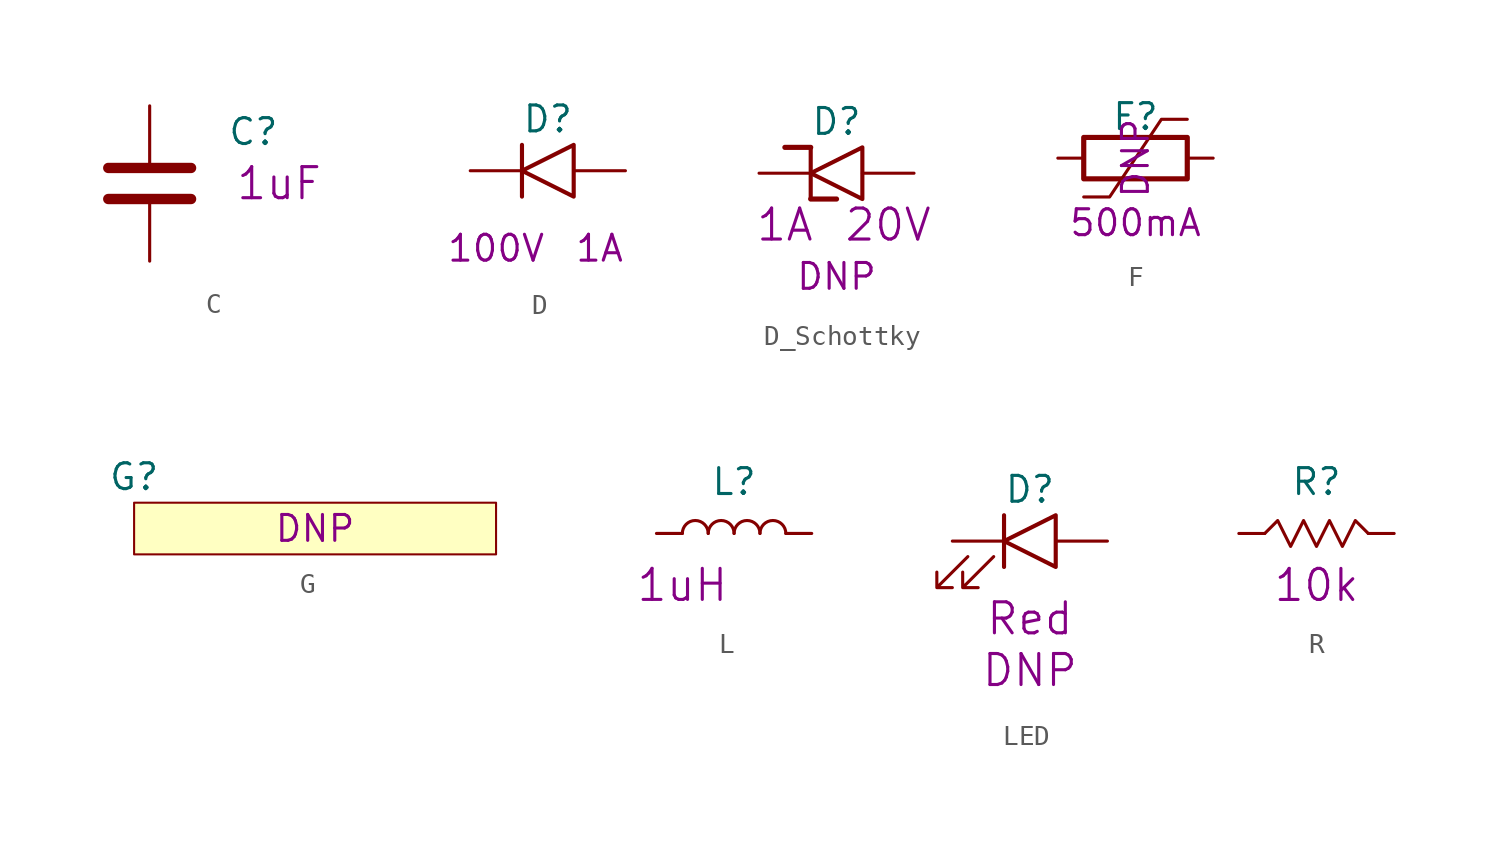
<source format=kicad_sym>
(kicad_symbol_lib
  (version 20211014)
  (generator kicad_symbol_editor)
  (symbol "C"
    (pin_numbers hide)
    (property "Reference" "C"
      (at 3.81 2.54 0)
      (effects (font (size 1.27 1.27)) (justify left)))
    (property "Datasheet" ""
      (at 3.81 2.54 0)
      (effects (font (size 1.27 1.27))))
    (property "Capacitance" "1uF"
      (at 6.35 0 0)
      (effects (font (size 1.524 1.524))))
    (symbol "C_0_1"
      (polyline (pts (xy -2.032 -0.762) (xy 2.032 -0.762)) (stroke (width 0.508) (type default) (color 0 0 0 0)) (fill (type none)))
      (polyline (pts (xy -2.032 0.762) (xy 2.032 0.762)) (stroke (width 0.508) (type default) (color 0 0 0 0)) (fill (type none))))
    (symbol "C_1_1"
      (pin passive line (at 0 3.81 270) (length 2.794) (name "~" (effects (font (size 1.27 1.27)))) (number "1" (effects (font (size 1.27 1.27)))))
      (pin passive line (at 0 -3.81 90) (length 2.794) (name "~" (effects (font (size 1.27 1.27)))) (number "2" (effects (font (size 1.27 1.27)))))))
  (symbol "D"
    (pin_numbers hide)
    (pin_names hide)
    (property "Reference" "D"
      (at 0 2.54 0)
      (effects (font (size 1.27 1.27))))
    (property "Voltage Rating" "100V"
      (at -2.54 -3.81 0)
      (effects (font (size 1.27 1.27))))
    (property "Current Rating" "1A"
      (at 2.54 -3.81 0)
      (effects (font (size 1.27 1.27))))
    (symbol "D_0_1"
      (polyline (pts (xy -1.27 1.27) (xy -1.27 -1.27)) (stroke (width 0.203) (type default) (color 0 0 0 0)) (fill (type none)))
      (polyline (pts (xy 1.27 1.27) (xy 1.27 -1.27) (xy -1.27 0) (xy 1.27 1.27)) (stroke (width 0.203) (type default) (color 0 0 0 0)) (fill (type none))))
    (symbol "D_1_1"
      (pin passive line (at 3.81 0 180) (length 2.54) (name "A" (effects (font (size 1.27 1.27)))) (number "A" (effects (font (size 1.27 1.27)))))
      (pin passive line (at -3.81 0 0) (length 2.54) (name "K" (effects (font (size 1.27 1.27)))) (number "K" (effects (font (size 1.27 1.27)))))))
  (symbol "D_Schottky"
    (pin_numbers hide)
    (pin_names hide)
    (property "Reference" "D"
      (at 0 2.54 0)
      (effects (font (size 1.27 1.27))))
    (property "Vr" "20V"
      (at 2.54 -2.54 0)
      (effects (font (size 1.524 1.524))))
    (property "Iavg" "1A"
      (at -2.54 -2.54 0)
      (effects (font (size 1.524 1.524))))
    (property "MPN" "DNP"
      (at 0 -5.08 0)
      (effects (font (size 1.27 1.27))))
    (symbol "D_Schottky_0_1"
      (polyline (pts (xy -1.27 -1.27) (xy 0 -1.27)) (stroke (width 0.254) (type default) (color 0 0 0 0)) (fill (type none)))
      (polyline (pts (xy -1.27 1.27) (xy -2.54 1.27)) (stroke (width 0.254) (type default) (color 0 0 0 0)) (fill (type none)))
      (polyline (pts (xy -1.27 1.27) (xy -1.27 -1.27)) (stroke (width 0.203) (type default) (color 0 0 0 0)) (fill (type none)))
      (polyline (pts (xy 1.27 1.27) (xy 1.27 -1.27) (xy -1.27 0) (xy 1.27 1.27)) (stroke (width 0.203) (type default) (color 0 0 0 0)) (fill (type none))))
    (symbol "D_Schottky_1_1"
      (pin passive line (at -3.81 0 0) (length 2.54) (name "K" (effects (font (size 1.27 1.27)))) (number "1" (effects (font (size 1.27 1.27)))))
      (pin passive line (at 3.81 0 180) (length 2.54) (name "A" (effects (font (size 1.27 1.27)))) (number "2" (effects (font (size 1.27 1.27)))))))
  (symbol "F"
    (pin_numbers hide)
    (pin_names
      (offset 0))
    (property "Reference" "F"
      (at 0 2.032 0)
      (effects (font (size 1.27 1.27))))
    (property "MPN" "DNP"
      (at 0 0 90)
      (effects (font (size 1.27 1.27))))
    (property "Hold Current" "500mA"
      (at 0 -3.175 0)
      (effects (font (size 1.27 1.27))))
    (symbol "F_0_1"
      (polyline (pts (xy 2.54 1.905) (xy 1.27 1.905) (xy -1.27 -1.905) (xy -2.54 -1.905)) (stroke (width 0) (type default) (color 0 0 0 0)) (fill (type none)))
      (rectangle (start 2.54 -1.016) (end -2.54 1.016) (stroke (width 0.254) (type default) (color 0 0 0 0)) (fill (type none))))
    (symbol "F_1_1"
      (pin passive line (at -3.81 0 0) (length 1.27) (name "~" (effects (font (size 1.27 1.27)))) (number "1" (effects (font (size 1.27 1.27)))))
      (pin passive line (at 3.81 0 180) (length 1.27) (name "~" (effects (font (size 1.27 1.27)))) (number "2" (effects (font (size 1.27 1.27)))))))
  (symbol "G"
    (property "Reference" "G"
      (at -8.89 2.54 0)
      (effects (font (size 1.27 1.27))))
    (property "MPN" "DNP"
      (at 0 0 0)
      (effects (font (size 1.27 1.27))))
    (symbol "G_0_1"
      (rectangle (start -8.89 1.27) (end 8.89 -1.27) (stroke (width 0.102) (type default) (color 0 0 0 0)) (fill (type background)))))
  (symbol "L"
    (pin_numbers hide)
    (pin_names
      (offset 1.016) hide)
    (property "Reference" "L"
      (at 0 2.54 0)
      (effects (font (size 1.27 1.27))))
    (property "Footprint" ""
      (at 0 0 90)
      (effects (font (size 1.27 1.27))))
    (property "Datasheet" ""
      (at 0 0 90)
      (effects (font (size 1.27 1.27))))
    (property "Inductance" "1uH"
      (at -2.54 -2.54 0)
      (effects (font (size 1.524 1.524))))
    (symbol "L_0_1"
      (arc (start -1.27 0) (mid -1.905 0.635) (end -2.54 0) (stroke (width 0) (type default) (color 0 0 0 0)) (fill (type none)))
      (arc (start 0 0) (mid -0.635 0.635) (end -1.27 0) (stroke (width 0) (type default) (color 0 0 0 0)) (fill (type none)))
      (arc (start 1.27 0) (mid 0.635 0.635) (end 0 0) (stroke (width 0) (type default) (color 0 0 0 0)) (fill (type none)))
      (arc (start 2.54 0) (mid 1.905 0.635) (end 1.27 0) (stroke (width 0) (type default) (color 0 0 0 0)) (fill (type none))))
    (symbol "L_1_1"
      (pin passive line (at -3.81 0 0) (length 1.27) (name "1" (effects (font (size 1.27 1.27)))) (number "1" (effects (font (size 1.27 1.27)))))
      (pin passive line (at 3.81 0 180) (length 1.27) (name "2" (effects (font (size 1.27 1.27)))) (number "2" (effects (font (size 1.27 1.27)))))))
  (symbol "LED"
    (pin_numbers hide)
    (pin_names hide)
    (property "Reference" "D"
      (at 0 2.54 0)
      (effects (font (size 1.27 1.27))))
    (property "Footprint" ""
      (at 0 0 0)
      (effects (font (size 1.27 1.27))))
    (property "Datasheet" ""
      (at 0 0 0)
      (effects (font (size 1.27 1.27))))
    (property "MPN" "DNP"
      (at 0 -6.35 0)
      (effects (font (size 1.524 1.524))))
    (property "Color" "Red"
      (at 0 -3.81 0)
      (effects (font (size 1.524 1.524))))
    (symbol "LED_0_1"
      (polyline (pts (xy -1.27 -1.27) (xy -1.27 1.27)) (stroke (width 0.203) (type default) (color 0 0 0 0)) (fill (type none)))
      (polyline (pts (xy 1.27 -1.27) (xy 1.27 1.27) (xy -1.27 0) (xy 1.27 -1.27)) (stroke (width 0.203) (type default) (color 0 0 0 0)) (fill (type none)))
      (polyline (pts (xy -3.048 -0.762) (xy -4.572 -2.286) (xy -3.81 -2.286) (xy -4.572 -2.286) (xy -4.572 -1.524)) (stroke (width 0) (type default) (color 0 0 0 0)) (fill (type none)))
      (polyline (pts (xy -1.778 -0.762) (xy -3.302 -2.286) (xy -2.54 -2.286) (xy -3.302 -2.286) (xy -3.302 -1.524)) (stroke (width 0) (type default) (color 0 0 0 0)) (fill (type none))))
    (symbol "LED_1_1"
      (pin passive line (at 3.81 0 180) (length 2.54) (name "A" (effects (font (size 1.27 1.27)))) (number "A" (effects (font (size 1.27 1.27)))))
      (pin passive line (at -3.81 0 0) (length 2.54) (name "K" (effects (font (size 1.27 1.27)))) (number "K" (effects (font (size 1.27 1.27)))))))
  (symbol "R"
    (pin_numbers hide)
    (pin_names
      (offset 0))
    (property "Reference" "R"
      (at 0 2.54 0)
      (effects (font (size 1.27 1.27))))
    (property "Footprint" ""
      (at 0 1.778 0)
      (effects (font (size 1.27 1.27))))
    (property "Datasheet" ""
      (at 0 0 90)
      (effects (font (size 1.27 1.27))))
    (property "Resistance" "10k"
      (at 0 -2.54 0)
      (effects (font (size 1.524 1.524))))
    (symbol "R_0_1"
      (polyline (pts (xy -2.54 0) (xy -1.905 0.635) (xy -1.27 -0.635) (xy -0.635 0.635) (xy 0 -0.635) (xy 0.635 0.635) (xy 1.27 -0.635) (xy 1.905 0.635) (xy 2.54 0)) (stroke (width 0) (type default) (color 0 0 0 0)) (fill (type none))))
    (symbol "R_1_1"
      (pin passive line (at 3.81 0 180) (length 1.27) (name "~" (effects (font (size 1.27 1.27)))) (number "1" (effects (font (size 1.27 1.27)))))
      (pin passive line (at -3.81 0 0) (length 1.27) (name "~" (effects (font (size 1.27 1.27)))) (number "2" (effects (font (size 1.27 1.27))))))))
</source>
